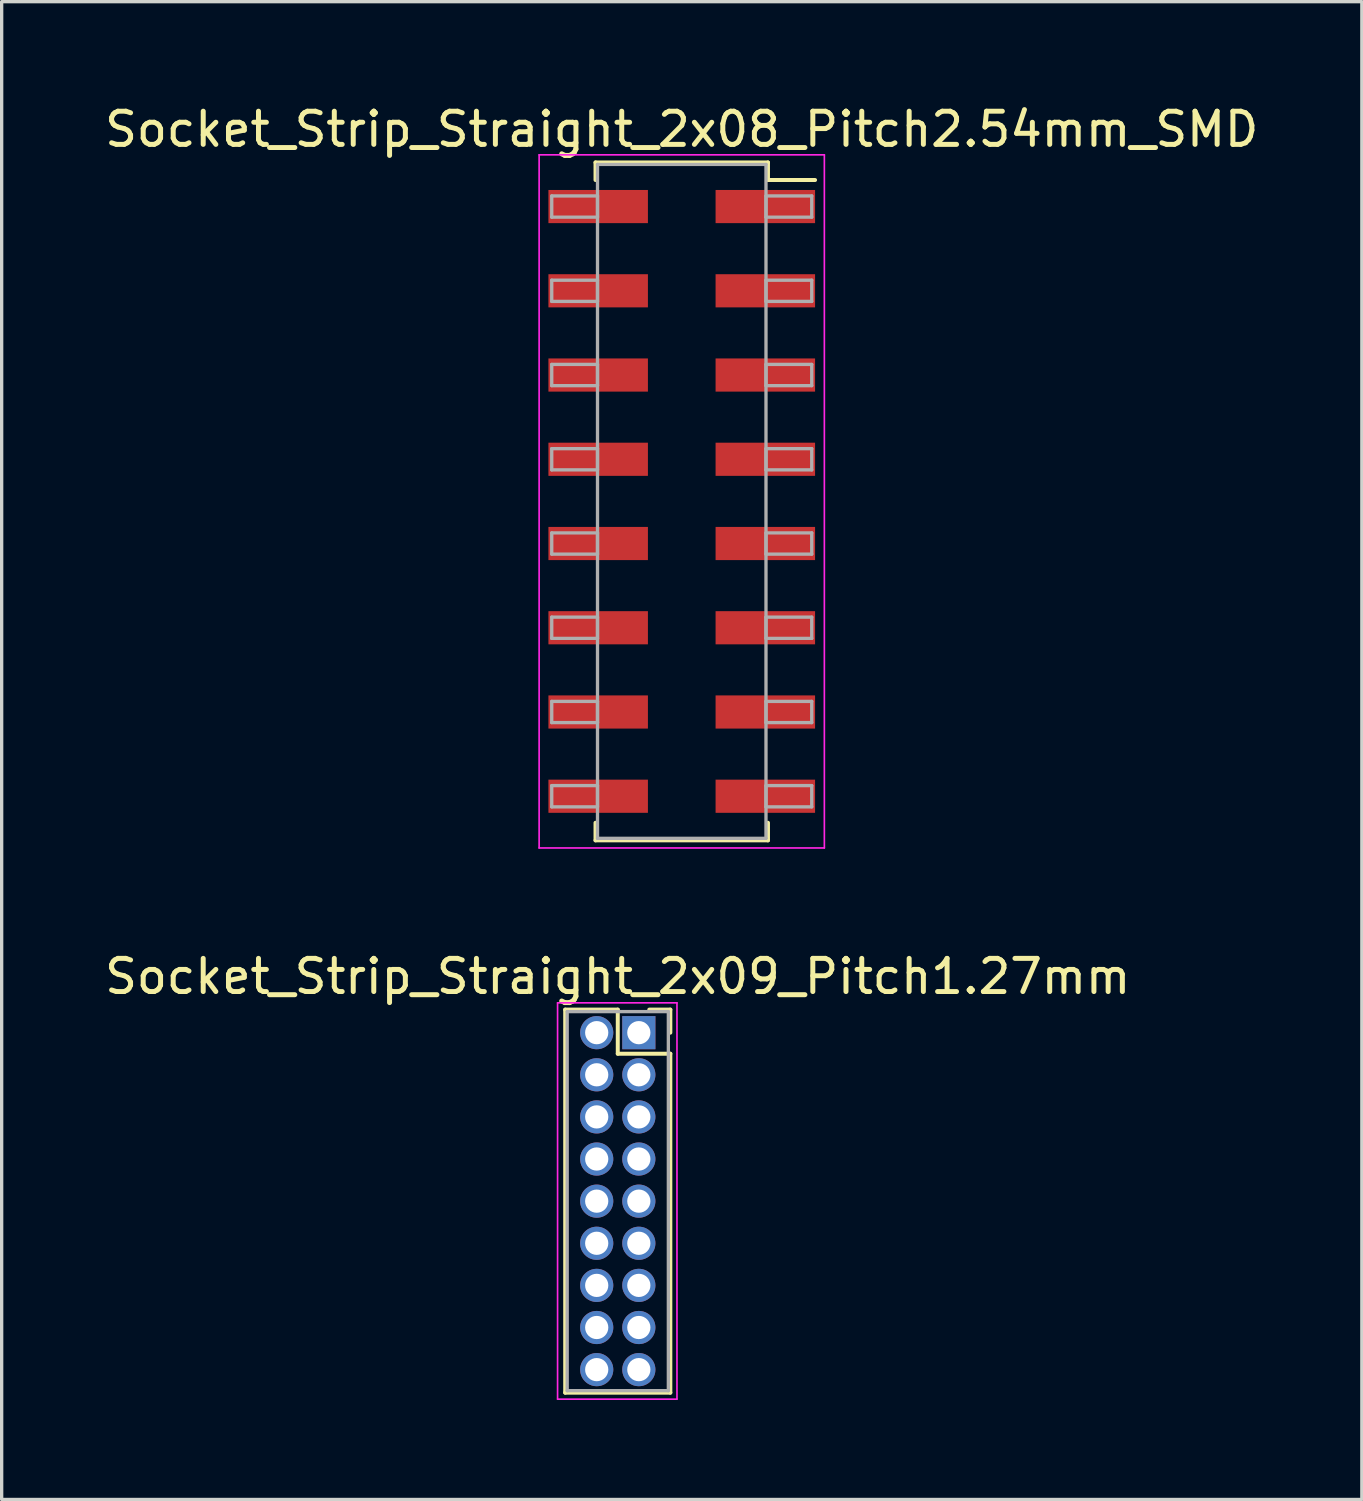
<source format=kicad_pcb>
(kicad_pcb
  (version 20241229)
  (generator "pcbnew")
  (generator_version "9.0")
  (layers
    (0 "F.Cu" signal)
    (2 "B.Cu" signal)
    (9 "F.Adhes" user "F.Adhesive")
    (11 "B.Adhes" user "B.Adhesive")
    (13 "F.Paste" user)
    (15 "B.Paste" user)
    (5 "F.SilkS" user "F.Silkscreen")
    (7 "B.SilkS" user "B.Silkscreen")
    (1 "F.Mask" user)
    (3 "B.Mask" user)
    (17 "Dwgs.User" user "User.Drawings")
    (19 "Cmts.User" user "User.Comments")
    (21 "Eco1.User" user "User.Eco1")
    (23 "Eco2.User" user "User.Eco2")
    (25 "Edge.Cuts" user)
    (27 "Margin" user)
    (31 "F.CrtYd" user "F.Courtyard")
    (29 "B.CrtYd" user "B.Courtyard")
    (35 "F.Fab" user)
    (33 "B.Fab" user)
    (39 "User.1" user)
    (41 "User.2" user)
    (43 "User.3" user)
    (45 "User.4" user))
  (footprint "Socket_Strip_Straight_2x09_Pitch1.27mm"
    (layer "F.Cu")
    (at 16.212 28.087)
    (property "Reference" "Socket_Strip_Straight_2x09_Pitch1.27mm" (at -0.635 -1.695 0) (layer "F.SilkS") (effects (font (size 1 1) (thickness 0.15))))
    (attr through_hole)
    (fp_line (start -2.22 -0.695) (end -0.635 -0.695) (stroke (width 0.12) (type solid)) (layer "F.SilkS"))
    (fp_line (start -2.22 10.855) (end -2.22 -0.695) (stroke (width 0.12) (type solid)) (layer "F.SilkS"))
    (fp_line (start -0.635 -0.695) (end -0.635 0.635) (stroke (width 0.12) (type solid)) (layer "F.SilkS"))
    (fp_line (start -0.635 0.635) (end 0.95 0.635) (stroke (width 0.12) (type solid)) (layer "F.SilkS"))
    (fp_line (start 0.95 -0.695) (end 0.315 -0.695) (stroke (width 0.12) (type solid)) (layer "F.SilkS"))
    (fp_line (start 0.95 0) (end 0.95 -0.695) (stroke (width 0.12) (type solid)) (layer "F.SilkS"))
    (fp_line (start 0.95 0.635) (end 0.95 10.855) (stroke (width 0.12) (type solid)) (layer "F.SilkS"))
    (fp_line (start 0.95 10.855) (end -2.22 10.855) (stroke (width 0.12) (type solid)) (layer "F.SilkS"))
    (fp_line (start -2.45 -0.9) (end -2.45 11.05) (stroke (width 0.05) (type solid)) (layer "F.CrtYd"))
    (fp_line (start -2.45 11.05) (end 1.15 11.05) (stroke (width 0.05) (type solid)) (layer "F.CrtYd"))
    (fp_line (start 1.15 -0.9) (end -2.45 -0.9) (stroke (width 0.05) (type solid)) (layer "F.CrtYd"))
    (fp_line (start 1.15 11.05) (end 1.15 -0.9) (stroke (width 0.05) (type solid)) (layer "F.CrtYd"))
    (fp_line (start -2.16 -0.635) (end -2.16 10.795) (stroke (width 0.1) (type solid)) (layer "F.Fab"))
    (fp_line (start -2.16 10.795) (end 0.89 10.795) (stroke (width 0.1) (type solid)) (layer "F.Fab"))
    (fp_line (start 0.89 -0.635) (end -2.16 -0.635) (stroke (width 0.1) (type solid)) (layer "F.Fab"))
    (fp_line (start 0.89 10.795) (end 0.89 -0.635) (stroke (width 0.1) (type solid)) (layer "F.Fab"))
    (pad "1" thru_hole rect (at 0 0) (size 1 1) (drill 0.7) (layers "*.Cu" "*.Mask"))
    (pad "2" thru_hole oval (at -1.27 0) (size 1 1) (drill 0.7) (layers "*.Cu" "*.Mask"))
    (pad "3" thru_hole oval (at 0 1.27) (size 1 1) (drill 0.7) (layers "*.Cu" "*.Mask"))
    (pad "4" thru_hole oval (at -1.27 1.27) (size 1 1) (drill 0.7) (layers "*.Cu" "*.Mask"))
    (pad "5" thru_hole oval (at 0 2.54) (size 1 1) (drill 0.7) (layers "*.Cu" "*.Mask"))
    (pad "6" thru_hole oval (at -1.27 2.54) (size 1 1) (drill 0.7) (layers "*.Cu" "*.Mask"))
    (pad "7" thru_hole oval (at 0 3.81) (size 1 1) (drill 0.7) (layers "*.Cu" "*.Mask"))
    (pad "8" thru_hole oval (at -1.27 3.81) (size 1 1) (drill 0.7) (layers "*.Cu" "*.Mask"))
    (pad "9" thru_hole oval (at 0 5.08) (size 1 1) (drill 0.7) (layers "*.Cu" "*.Mask"))
    (pad "10" thru_hole oval (at -1.27 5.08) (size 1 1) (drill 0.7) (layers "*.Cu" "*.Mask"))
    (pad "11" thru_hole oval (at 0 6.35) (size 1 1) (drill 0.7) (layers "*.Cu" "*.Mask"))
    (pad "12" thru_hole oval (at -1.27 6.35) (size 1 1) (drill 0.7) (layers "*.Cu" "*.Mask"))
    (pad "13" thru_hole oval (at 0 7.62) (size 1 1) (drill 0.7) (layers "*.Cu" "*.Mask"))
    (pad "14" thru_hole oval (at -1.27 7.62) (size 1 1) (drill 0.7) (layers "*.Cu" "*.Mask"))
    (pad "15" thru_hole oval (at 0 8.89) (size 1 1) (drill 0.7) (layers "*.Cu" "*.Mask"))
    (pad "16" thru_hole oval (at -1.27 8.89) (size 1 1) (drill 0.7) (layers "*.Cu" "*.Mask"))
    (pad "17" thru_hole oval (at 0 10.16) (size 1 1) (drill 0.7) (layers "*.Cu" "*.Mask"))
    (pad "18" thru_hole oval (at -1.27 10.16) (size 1 1) (drill 0.7) (layers "*.Cu" "*.Mask")))
  (footprint "Socket_Strip_Straight_2x08_Pitch2.54mm_SMD"
    (layer "F.Cu")
    (at 17.506 12.068)
    (property "Reference" "Socket_Strip_Straight_2x08_Pitch2.54mm_SMD" (at 0 -11.22 0) (layer "F.SilkS") (effects (font (size 1 1) (thickness 0.15))))
    (attr smd)
    (fp_line (start -2.6 -10.22) (end 2.6 -10.22) (stroke (width 0.12) (type solid)) (layer "F.SilkS"))
    (fp_line (start -2.6 -9.69) (end -2.6 -10.22) (stroke (width 0.12) (type solid)) (layer "F.SilkS"))
    (fp_line (start -2.6 9.69) (end -2.6 10.22) (stroke (width 0.12) (type solid)) (layer "F.SilkS"))
    (fp_line (start -2.6 10.22) (end 2.6 10.22) (stroke (width 0.12) (type solid)) (layer "F.SilkS"))
    (fp_line (start 2.6 -10.22) (end 2.6 -9.69) (stroke (width 0.12) (type solid)) (layer "F.SilkS"))
    (fp_line (start 2.6 10.22) (end 2.6 9.69) (stroke (width 0.12) (type solid)) (layer "F.SilkS"))
    (fp_line (start 4.02 -9.69) (end 2.6 -9.69) (stroke (width 0.12) (type solid)) (layer "F.SilkS"))
    (fp_line (start -4.3 -10.45) (end -4.3 10.45) (stroke (width 0.05) (type solid)) (layer "F.CrtYd"))
    (fp_line (start -4.3 10.45) (end 4.3 10.45) (stroke (width 0.05) (type solid)) (layer "F.CrtYd"))
    (fp_line (start 4.3 -10.45) (end -4.3 -10.45) (stroke (width 0.05) (type solid)) (layer "F.CrtYd"))
    (fp_line (start 4.3 10.45) (end 4.3 -10.45) (stroke (width 0.05) (type solid)) (layer "F.CrtYd"))
    (fp_line (start -3.92 -9.21) (end -2.54 -9.21) (stroke (width 0.1) (type solid)) (layer "F.Fab"))
    (fp_line (start -3.92 -8.57) (end -3.92 -9.21) (stroke (width 0.1) (type solid)) (layer "F.Fab"))
    (fp_line (start -3.92 -6.67) (end -2.54 -6.67) (stroke (width 0.1) (type solid)) (layer "F.Fab"))
    (fp_line (start -3.92 -6.03) (end -3.92 -6.67) (stroke (width 0.1) (type solid)) (layer "F.Fab"))
    (fp_line (start -3.92 -4.13) (end -2.54 -4.13) (stroke (width 0.1) (type solid)) (layer "F.Fab"))
    (fp_line (start -3.92 -3.49) (end -3.92 -4.13) (stroke (width 0.1) (type solid)) (layer "F.Fab"))
    (fp_line (start -3.92 -1.59) (end -2.54 -1.59) (stroke (width 0.1) (type solid)) (layer "F.Fab"))
    (fp_line (start -3.92 -0.95) (end -3.92 -1.59) (stroke (width 0.1) (type solid)) (layer "F.Fab"))
    (fp_line (start -3.92 0.95) (end -2.54 0.95) (stroke (width 0.1) (type solid)) (layer "F.Fab"))
    (fp_line (start -3.92 1.59) (end -3.92 0.95) (stroke (width 0.1) (type solid)) (layer "F.Fab"))
    (fp_line (start -3.92 3.49) (end -2.54 3.49) (stroke (width 0.1) (type solid)) (layer "F.Fab"))
    (fp_line (start -3.92 4.13) (end -3.92 3.49) (stroke (width 0.1) (type solid)) (layer "F.Fab"))
    (fp_line (start -3.92 6.03) (end -2.54 6.03) (stroke (width 0.1) (type solid)) (layer "F.Fab"))
    (fp_line (start -3.92 6.67) (end -3.92 6.03) (stroke (width 0.1) (type solid)) (layer "F.Fab"))
    (fp_line (start -3.92 8.57) (end -2.54 8.57) (stroke (width 0.1) (type solid)) (layer "F.Fab"))
    (fp_line (start -3.92 9.21) (end -3.92 8.57) (stroke (width 0.1) (type solid)) (layer "F.Fab"))
    (fp_line (start -2.54 -10.16) (end -2.54 10.16) (stroke (width 0.1) (type solid)) (layer "F.Fab"))
    (fp_line (start -2.54 -9.21) (end -2.54 -8.57) (stroke (width 0.1) (type solid)) (layer "F.Fab"))
    (fp_line (start -2.54 -8.57) (end -3.92 -8.57) (stroke (width 0.1) (type solid)) (layer "F.Fab"))
    (fp_line (start -2.54 -6.67) (end -2.54 -6.03) (stroke (width 0.1) (type solid)) (layer "F.Fab"))
    (fp_line (start -2.54 -6.03) (end -3.92 -6.03) (stroke (width 0.1) (type solid)) (layer "F.Fab"))
    (fp_line (start -2.54 -4.13) (end -2.54 -3.49) (stroke (width 0.1) (type solid)) (layer "F.Fab"))
    (fp_line (start -2.54 -3.49) (end -3.92 -3.49) (stroke (width 0.1) (type solid)) (layer "F.Fab"))
    (fp_line (start -2.54 -1.59) (end -2.54 -0.95) (stroke (width 0.1) (type solid)) (layer "F.Fab"))
    (fp_line (start -2.54 -0.95) (end -3.92 -0.95) (stroke (width 0.1) (type solid)) (layer "F.Fab"))
    (fp_line (start -2.54 0.95) (end -2.54 1.59) (stroke (width 0.1) (type solid)) (layer "F.Fab"))
    (fp_line (start -2.54 1.59) (end -3.92 1.59) (stroke (width 0.1) (type solid)) (layer "F.Fab"))
    (fp_line (start -2.54 3.49) (end -2.54 4.13) (stroke (width 0.1) (type solid)) (layer "F.Fab"))
    (fp_line (start -2.54 4.13) (end -3.92 4.13) (stroke (width 0.1) (type solid)) (layer "F.Fab"))
    (fp_line (start -2.54 6.03) (end -2.54 6.67) (stroke (width 0.1) (type solid)) (layer "F.Fab"))
    (fp_line (start -2.54 6.67) (end -3.92 6.67) (stroke (width 0.1) (type solid)) (layer "F.Fab"))
    (fp_line (start -2.54 8.57) (end -2.54 9.21) (stroke (width 0.1) (type solid)) (layer "F.Fab"))
    (fp_line (start -2.54 9.21) (end -3.92 9.21) (stroke (width 0.1) (type solid)) (layer "F.Fab"))
    (fp_line (start -2.54 10.16) (end 2.54 10.16) (stroke (width 0.1) (type solid)) (layer "F.Fab"))
    (fp_line (start 2.54 -10.16) (end -2.54 -10.16) (stroke (width 0.1) (type solid)) (layer "F.Fab"))
    (fp_line (start 2.54 -9.21) (end 2.54 -8.57) (stroke (width 0.1) (type solid)) (layer "F.Fab"))
    (fp_line (start 2.54 -8.57) (end 3.92 -8.57) (stroke (width 0.1) (type solid)) (layer "F.Fab"))
    (fp_line (start 2.54 -6.67) (end 2.54 -6.03) (stroke (width 0.1) (type solid)) (layer "F.Fab"))
    (fp_line (start 2.54 -6.03) (end 3.92 -6.03) (stroke (width 0.1) (type solid)) (layer "F.Fab"))
    (fp_line (start 2.54 -4.13) (end 2.54 -3.49) (stroke (width 0.1) (type solid)) (layer "F.Fab"))
    (fp_line (start 2.54 -3.49) (end 3.92 -3.49) (stroke (width 0.1) (type solid)) (layer "F.Fab"))
    (fp_line (start 2.54 -1.59) (end 2.54 -0.95) (stroke (width 0.1) (type solid)) (layer "F.Fab"))
    (fp_line (start 2.54 -0.95) (end 3.92 -0.95) (stroke (width 0.1) (type solid)) (layer "F.Fab"))
    (fp_line (start 2.54 0.95) (end 2.54 1.59) (stroke (width 0.1) (type solid)) (layer "F.Fab"))
    (fp_line (start 2.54 1.59) (end 3.92 1.59) (stroke (width 0.1) (type solid)) (layer "F.Fab"))
    (fp_line (start 2.54 3.49) (end 2.54 4.13) (stroke (width 0.1) (type solid)) (layer "F.Fab"))
    (fp_line (start 2.54 4.13) (end 3.92 4.13) (stroke (width 0.1) (type solid)) (layer "F.Fab"))
    (fp_line (start 2.54 6.03) (end 2.54 6.67) (stroke (width 0.1) (type solid)) (layer "F.Fab"))
    (fp_line (start 2.54 6.67) (end 3.92 6.67) (stroke (width 0.1) (type solid)) (layer "F.Fab"))
    (fp_line (start 2.54 8.57) (end 2.54 9.21) (stroke (width 0.1) (type solid)) (layer "F.Fab"))
    (fp_line (start 2.54 9.21) (end 3.92 9.21) (stroke (width 0.1) (type solid)) (layer "F.Fab"))
    (fp_line (start 2.54 10.16) (end 2.54 -10.16) (stroke (width 0.1) (type solid)) (layer "F.Fab"))
    (fp_line (start 3.92 -9.21) (end 2.54 -9.21) (stroke (width 0.1) (type solid)) (layer "F.Fab"))
    (fp_line (start 3.92 -8.57) (end 3.92 -9.21) (stroke (width 0.1) (type solid)) (layer "F.Fab"))
    (fp_line (start 3.92 -6.67) (end 2.54 -6.67) (stroke (width 0.1) (type solid)) (layer "F.Fab"))
    (fp_line (start 3.92 -6.03) (end 3.92 -6.67) (stroke (width 0.1) (type solid)) (layer "F.Fab"))
    (fp_line (start 3.92 -4.13) (end 2.54 -4.13) (stroke (width 0.1) (type solid)) (layer "F.Fab"))
    (fp_line (start 3.92 -3.49) (end 3.92 -4.13) (stroke (width 0.1) (type solid)) (layer "F.Fab"))
    (fp_line (start 3.92 -1.59) (end 2.54 -1.59) (stroke (width 0.1) (type solid)) (layer "F.Fab"))
    (fp_line (start 3.92 -0.95) (end 3.92 -1.59) (stroke (width 0.1) (type solid)) (layer "F.Fab"))
    (fp_line (start 3.92 0.95) (end 2.54 0.95) (stroke (width 0.1) (type solid)) (layer "F.Fab"))
    (fp_line (start 3.92 1.59) (end 3.92 0.95) (stroke (width 0.1) (type solid)) (layer "F.Fab"))
    (fp_line (start 3.92 3.49) (end 2.54 3.49) (stroke (width 0.1) (type solid)) (layer "F.Fab"))
    (fp_line (start 3.92 4.13) (end 3.92 3.49) (stroke (width 0.1) (type solid)) (layer "F.Fab"))
    (fp_line (start 3.92 6.03) (end 2.54 6.03) (stroke (width 0.1) (type solid)) (layer "F.Fab"))
    (fp_line (start 3.92 6.67) (end 3.92 6.03) (stroke (width 0.1) (type solid)) (layer "F.Fab"))
    (fp_line (start 3.92 8.57) (end 2.54 8.57) (stroke (width 0.1) (type solid)) (layer "F.Fab"))
    (fp_line (start 3.92 9.21) (end 3.92 8.57) (stroke (width 0.1) (type solid)) (layer "F.Fab"))
    (pad "1" smd rect (at 2.52 -8.89) (size 3 1) (layers "F.Cu" "F.Mask"))
    (pad "2" smd rect (at -2.52 -8.89) (size 3 1) (layers "F.Cu" "F.Mask"))
    (pad "3" smd rect (at 2.52 -6.35) (size 3 1) (layers "F.Cu" "F.Mask"))
    (pad "4" smd rect (at -2.52 -6.35) (size 3 1) (layers "F.Cu" "F.Mask"))
    (pad "5" smd rect (at 2.52 -3.81) (size 3 1) (layers "F.Cu" "F.Mask"))
    (pad "6" smd rect (at -2.52 -3.81) (size 3 1) (layers "F.Cu" "F.Mask"))
    (pad "7" smd rect (at 2.52 -1.27) (size 3 1) (layers "F.Cu" "F.Mask"))
    (pad "8" smd rect (at -2.52 -1.27) (size 3 1) (layers "F.Cu" "F.Mask"))
    (pad "9" smd rect (at 2.52 1.27) (size 3 1) (layers "F.Cu" "F.Mask"))
    (pad "10" smd rect (at -2.52 1.27) (size 3 1) (layers "F.Cu" "F.Mask"))
    (pad "11" smd rect (at 2.52 3.81) (size 3 1) (layers "F.Cu" "F.Mask"))
    (pad "12" smd rect (at -2.52 3.81) (size 3 1) (layers "F.Cu" "F.Mask"))
    (pad "13" smd rect (at 2.52 6.35) (size 3 1) (layers "F.Cu" "F.Mask"))
    (pad "14" smd rect (at -2.52 6.35) (size 3 1) (layers "F.Cu" "F.Mask"))
    (pad "15" smd rect (at 2.52 8.89) (size 3 1) (layers "F.Cu" "F.Mask"))
    (pad "16" smd rect (at -2.52 8.89) (size 3 1) (layers "F.Cu" "F.Mask")))
  (gr_rect
    (start -3 -3)
    (end 38.012 42.161)
    (stroke (width 0.1) (type default))
    (fill no)
    (layer "Edge.Cuts")))
</source>
